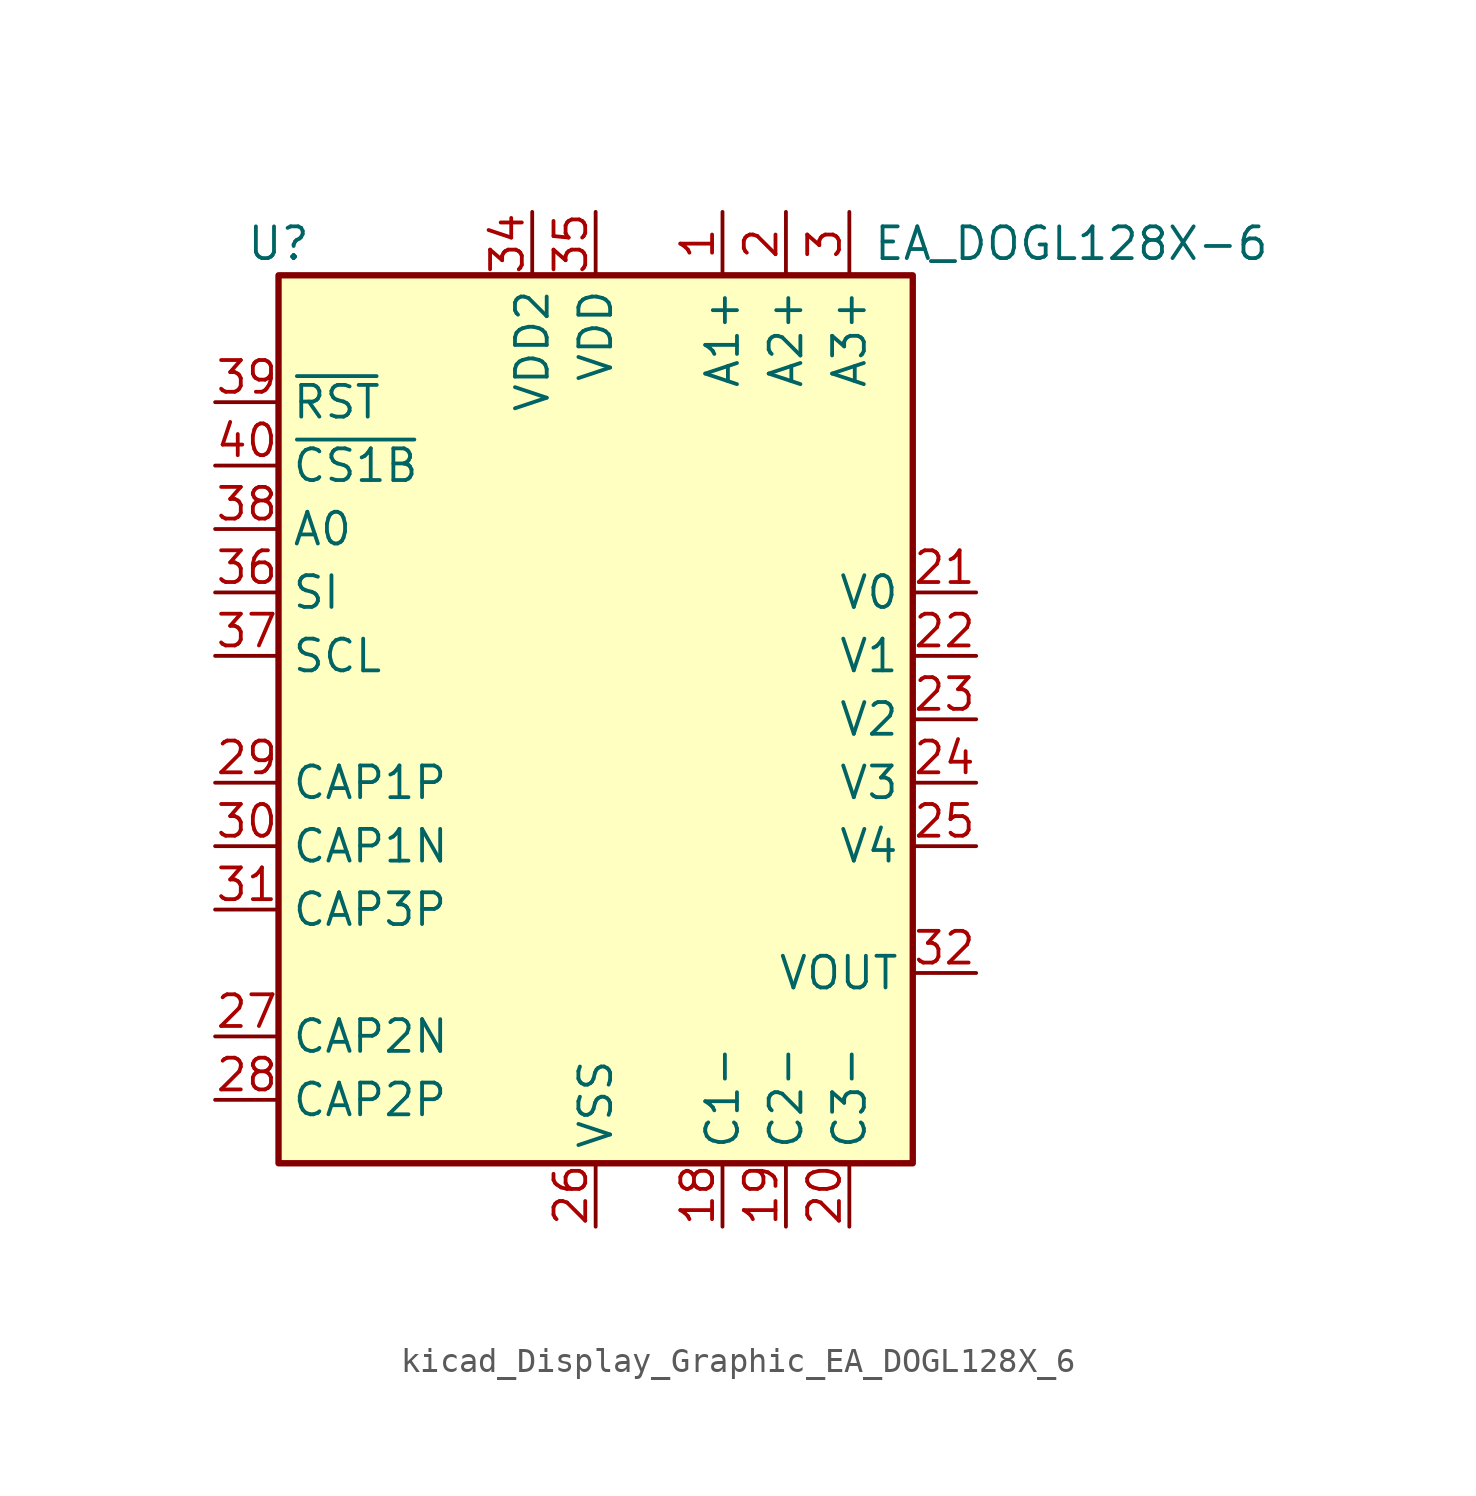
<source format=kicad_sym>
(kicad_symbol_lib
  (version 20220914)
  (generator kicad_symbol_editor)
  (symbol "kicad_Display_Graphic_EA_DOGL128X_6"
    (property "Reference" "U"
      (at -12.7 19.05 0)
      (effects (font (size 1.27 1.27))))
    (property "Value" "EA_DOGL128X-6"
      (at 19.05 19.05 0)
      (effects (font (size 1.27 1.27))))
    (symbol "kicad_Display_Graphic_EA_DOGL128X_6_1_1"
      (rectangle (start -12.7 17.78) (end 12.7 -17.78) (stroke (width 0.254) (type default)) (fill (type background)))
      (pin power_in line (at 5.08 20.32 270) (length 2.54) (name "A1+" (effects (font (size 1.27 1.27)))) (number "1" (effects (font (size 1.27 1.27)))))
      (pin power_in line (at 5.08 -20.32 90) (length 2.54) (name "C1-" (effects (font (size 1.27 1.27)))) (number "18" (effects (font (size 1.27 1.27)))))
      (pin power_in line (at 7.62 -20.32 90) (length 2.54) (name "C2-" (effects (font (size 1.27 1.27)))) (number "19" (effects (font (size 1.27 1.27)))))
      (pin power_in line (at 7.62 20.32 270) (length 2.54) (name "A2+" (effects (font (size 1.27 1.27)))) (number "2" (effects (font (size 1.27 1.27)))))
      (pin power_in line (at 10.16 -20.32 90) (length 2.54) (name "C3-" (effects (font (size 1.27 1.27)))) (number "20" (effects (font (size 1.27 1.27)))))
      (pin passive line (at 15.24 5.08 180) (length 2.54) (name "V0" (effects (font (size 1.27 1.27)))) (number "21" (effects (font (size 1.27 1.27)))))
      (pin passive line (at 15.24 2.54 180) (length 2.54) (name "V1" (effects (font (size 1.27 1.27)))) (number "22" (effects (font (size 1.27 1.27)))))
      (pin passive line (at 15.24 0 180) (length 2.54) (name "V2" (effects (font (size 1.27 1.27)))) (number "23" (effects (font (size 1.27 1.27)))))
      (pin passive line (at 15.24 -2.54 180) (length 2.54) (name "V3" (effects (font (size 1.27 1.27)))) (number "24" (effects (font (size 1.27 1.27)))))
      (pin passive line (at 15.24 -5.08 180) (length 2.54) (name "V4" (effects (font (size 1.27 1.27)))) (number "25" (effects (font (size 1.27 1.27)))))
      (pin power_in line (at 0 -20.32 90) (length 2.54) (name "VSS" (effects (font (size 1.27 1.27)))) (number "26" (effects (font (size 1.27 1.27)))))
      (pin passive line (at -15.24 -12.7 0) (length 2.54) (name "CAP2N" (effects (font (size 1.27 1.27)))) (number "27" (effects (font (size 1.27 1.27)))))
      (pin passive line (at -15.24 -15.24 0) (length 2.54) (name "CAP2P" (effects (font (size 1.27 1.27)))) (number "28" (effects (font (size 1.27 1.27)))))
      (pin passive line (at -15.24 -2.54 0) (length 2.54) (name "CAP1P" (effects (font (size 1.27 1.27)))) (number "29" (effects (font (size 1.27 1.27)))))
      (pin power_in line (at 10.16 20.32 270) (length 2.54) (name "A3+" (effects (font (size 1.27 1.27)))) (number "3" (effects (font (size 1.27 1.27)))))
      (pin passive line (at -15.24 -5.08 0) (length 2.54) (name "CAP1N" (effects (font (size 1.27 1.27)))) (number "30" (effects (font (size 1.27 1.27)))))
      (pin passive line (at -15.24 -7.62 0) (length 2.54) (name "CAP3P" (effects (font (size 1.27 1.27)))) (number "31" (effects (font (size 1.27 1.27)))))
      (pin output line (at 15.24 -10.16 180) (length 2.54) (name "VOUT" (effects (font (size 1.27 1.27)))) (number "32" (effects (font (size 1.27 1.27)))))
      (pin passive line (at 0 -20.32 90) (length 2.54) hide (name "VSS" (effects (font (size 1.27 1.27)))) (number "33" (effects (font (size 1.27 1.27)))))
      (pin power_in line (at -2.54 20.32 270) (length 2.54) (name "VDD2" (effects (font (size 1.27 1.27)))) (number "34" (effects (font (size 1.27 1.27)))))
      (pin power_in line (at 0 20.32 270) (length 2.54) (name "VDD" (effects (font (size 1.27 1.27)))) (number "35" (effects (font (size 1.27 1.27)))))
      (pin input line (at -15.24 5.08 0) (length 2.54) (name "SI" (effects (font (size 1.27 1.27)))) (number "36" (effects (font (size 1.27 1.27)))))
      (pin input line (at -15.24 2.54 0) (length 2.54) (name "SCL" (effects (font (size 1.27 1.27)))) (number "37" (effects (font (size 1.27 1.27)))))
      (pin input line (at -15.24 7.62 0) (length 2.54) (name "A0" (effects (font (size 1.27 1.27)))) (number "38" (effects (font (size 1.27 1.27)))))
      (pin input line (at -15.24 12.7 0) (length 2.54) (name "~{RST}" (effects (font (size 1.27 1.27)))) (number "39" (effects (font (size 1.27 1.27)))))
      (pin input line (at -15.24 10.16 0) (length 2.54) (name "~{CS1B}" (effects (font (size 1.27 1.27)))) (number "40" (effects (font (size 1.27 1.27))))))))
</source>
